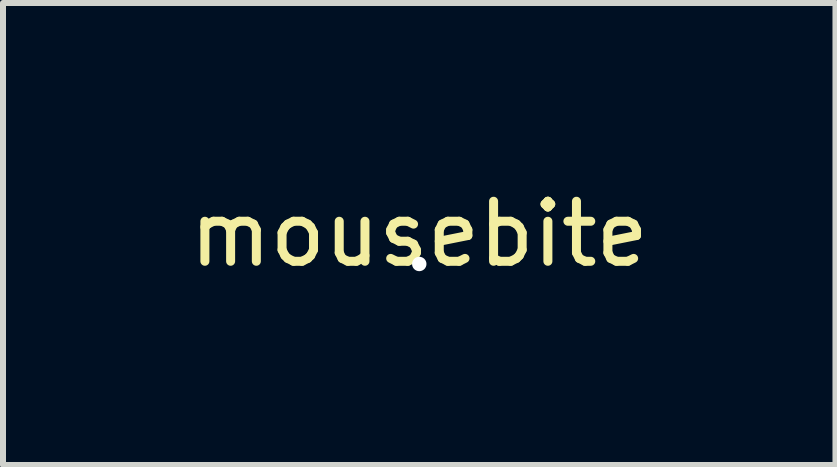
<source format=kicad_pcb>
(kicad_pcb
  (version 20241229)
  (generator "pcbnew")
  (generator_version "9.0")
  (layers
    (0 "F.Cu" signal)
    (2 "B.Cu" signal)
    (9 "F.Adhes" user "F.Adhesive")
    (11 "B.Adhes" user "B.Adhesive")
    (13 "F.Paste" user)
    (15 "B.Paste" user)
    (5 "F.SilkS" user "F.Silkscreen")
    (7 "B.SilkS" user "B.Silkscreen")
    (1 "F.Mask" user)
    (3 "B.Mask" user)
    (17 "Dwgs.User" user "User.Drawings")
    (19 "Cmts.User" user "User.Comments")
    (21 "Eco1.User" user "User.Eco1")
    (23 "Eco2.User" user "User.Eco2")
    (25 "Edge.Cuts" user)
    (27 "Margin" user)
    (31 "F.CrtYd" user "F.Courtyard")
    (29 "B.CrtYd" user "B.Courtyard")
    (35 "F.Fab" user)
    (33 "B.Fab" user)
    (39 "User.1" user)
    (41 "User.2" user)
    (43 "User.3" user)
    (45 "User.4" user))
  (footprint "mousebite"
    (layer "F.Cu")
    (at 3.935 1.348)
    (property "Reference" "mousebite" (at 0 -0.5 0) (unlocked yes) (layer "F.SilkS") (effects (font (size 1 1) (thickness 0.15))))
    (attr board_only exclude_from_pos_files exclude_from_bom)
    (pad "" np_thru_hole circle (at 0 0) (size 0.24 0.24) (drill 0.45) (layers "*.Cu" "*.Mask")))
  (gr_rect
    (start -3 -3)
    (end 10.869 4.697)
    (stroke (width 0.1) (type default))
    (fill no)
    (layer "Edge.Cuts")))
</source>
